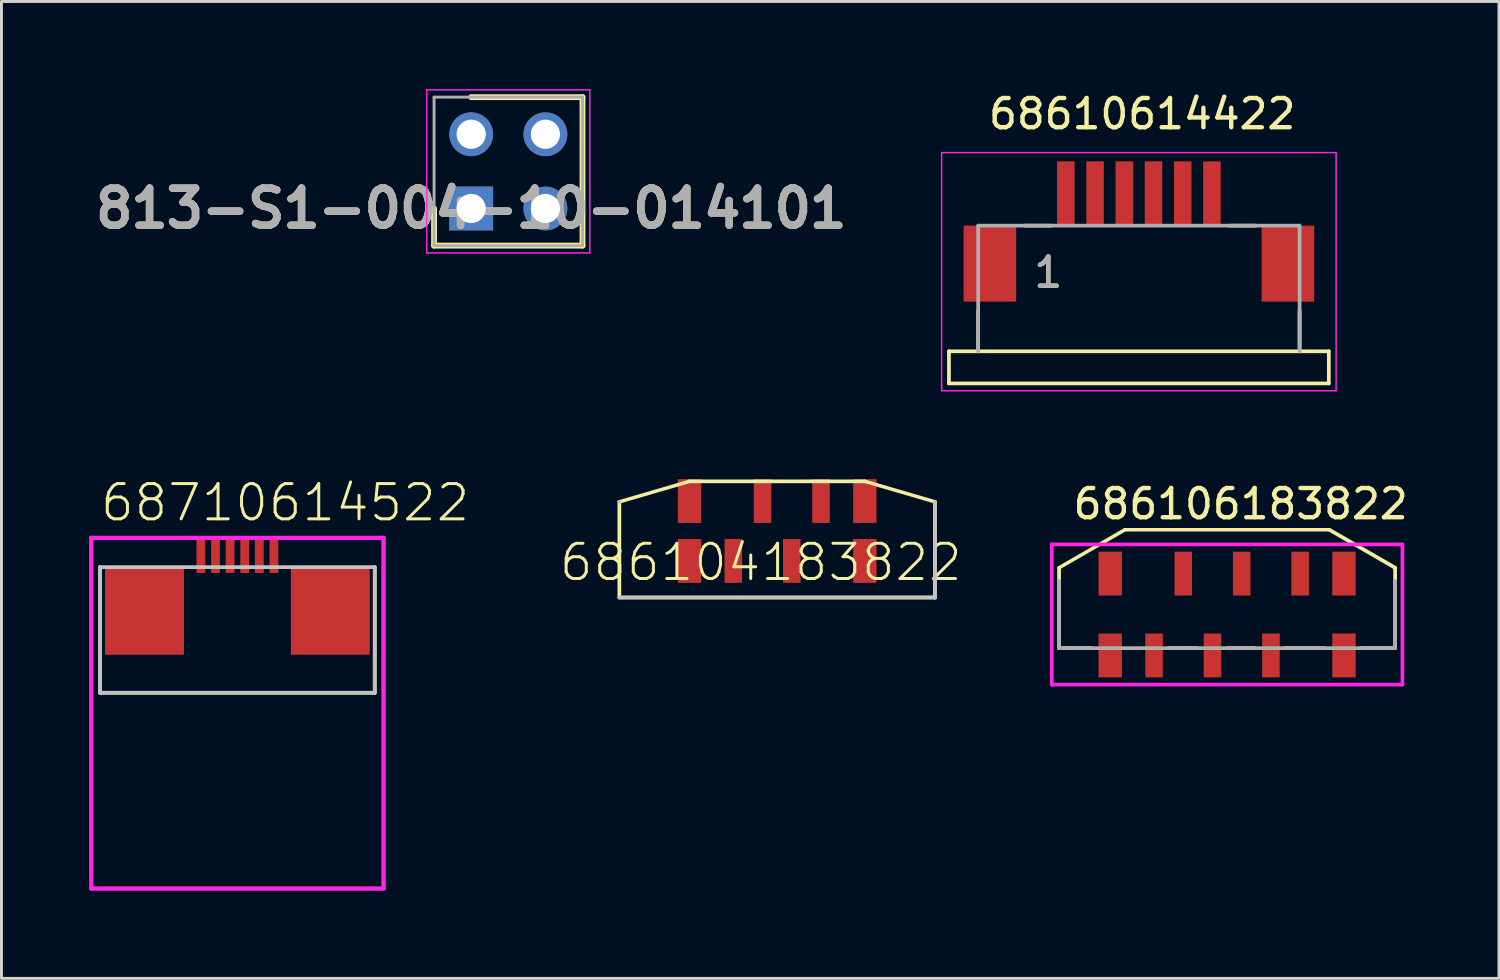
<source format=kicad_pcb>
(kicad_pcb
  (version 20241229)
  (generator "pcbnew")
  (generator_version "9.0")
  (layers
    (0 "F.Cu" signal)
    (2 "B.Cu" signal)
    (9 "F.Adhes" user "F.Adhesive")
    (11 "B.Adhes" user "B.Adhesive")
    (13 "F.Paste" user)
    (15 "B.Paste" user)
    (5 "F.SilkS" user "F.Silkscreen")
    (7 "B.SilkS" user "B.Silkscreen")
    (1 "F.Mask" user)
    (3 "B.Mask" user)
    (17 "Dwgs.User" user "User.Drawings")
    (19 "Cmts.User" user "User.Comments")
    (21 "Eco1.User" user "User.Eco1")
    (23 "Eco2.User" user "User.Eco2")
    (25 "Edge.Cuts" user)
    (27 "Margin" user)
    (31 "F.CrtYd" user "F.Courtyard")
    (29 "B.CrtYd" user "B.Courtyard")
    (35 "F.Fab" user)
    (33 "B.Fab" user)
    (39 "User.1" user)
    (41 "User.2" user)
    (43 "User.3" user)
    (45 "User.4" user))
  (footprint "686106183822"
    (layer "F.Cu")
    (at 38.944 17.98)
    (property "Reference" "686106183822" (at 0.465 -3.785 0) (layer "F.SilkS") (effects (font (size 1 1) (thickness 0.15))))
    (attr smd)
    (fp_line (start -5.75 -1.6) (end -5.75 1.15) (stroke (width 0.127) (type solid)) (layer "F.SilkS"))
    (fp_line (start -5.75 -1.6) (end -3.5 -2.9) (stroke (width 0.12) (type default)) (layer "F.SilkS"))
    (fp_line (start -5.75 1.15) (end -4.64 1.15) (stroke (width 0.127) (type solid)) (layer "F.SilkS"))
    (fp_line (start -3.5 -2.9) (end 3.5 -2.9) (stroke (width 0.12) (type default)) (layer "F.SilkS"))
    (fp_line (start -2.01 1.15) (end -1.02 1.15) (stroke (width 0.127) (type solid)) (layer "F.SilkS"))
    (fp_line (start 0 1.15) (end 0.94 1.15) (stroke (width 0.127) (type solid)) (layer "F.SilkS"))
    (fp_line (start 1.99 1.15) (end 3.32 1.15) (stroke (width 0.127) (type solid)) (layer "F.SilkS"))
    (fp_line (start 4.57 1.15) (end 5.74 1.15) (stroke (width 0.127) (type solid)) (layer "F.SilkS"))
    (fp_line (start 5.75 -1.6) (end 3.5 -2.9) (stroke (width 0.127) (type solid)) (layer "F.SilkS"))
    (fp_line (start 5.75 -1.6) (end 5.75 1.15) (stroke (width 0.127) (type solid)) (layer "F.SilkS"))
    (fp_line (start -6 -2.4) (end 6 -2.4) (stroke (width 0.127) (type solid)) (layer "F.CrtYd"))
    (fp_line (start -6 2.4) (end -6 -2.4) (stroke (width 0.127) (type solid)) (layer "F.CrtYd"))
    (fp_line (start 6 -2.4) (end 6 2.4) (stroke (width 0.127) (type solid)) (layer "F.CrtYd"))
    (fp_line (start 6 2.4) (end -6 2.4) (stroke (width 0.127) (type solid)) (layer "F.CrtYd"))
    (fp_line (start -5.75 1.15) (end -5.75 -1.15) (stroke (width 0.127) (type solid)) (layer "F.Fab"))
    (fp_line (start 5.75 -1.15) (end 5.75 1.15) (stroke (width 0.127) (type solid)) (layer "F.Fab"))
    (fp_line (start 5.75 1.15) (end -5.75 1.15) (stroke (width 0.127) (type solid)) (layer "F.Fab"))
    (pad "1" smd rect (at -2.5 1.4 90) (size 1.5 0.6) (layers "F.Cu" "F.Mask" "F.Paste"))
    (pad "2" smd rect (at -1.5 -1.4 90) (size 1.5 0.6) (layers "F.Cu" "F.Mask" "F.Paste"))
    (pad "3" smd rect (at -0.5 1.4 90) (size 1.5 0.6) (layers "F.Cu" "F.Mask" "F.Paste"))
    (pad "4" smd rect (at 0.5 -1.4 90) (size 1.5 0.6) (layers "F.Cu" "F.Mask" "F.Paste"))
    (pad "5" smd rect (at 1.5 1.4 90) (size 1.5 0.6) (layers "F.Cu" "F.Mask" "F.Paste"))
    (pad "6" smd rect (at 2.5 -1.4 90) (size 1.5 0.6) (layers "F.Cu" "F.Mask" "F.Paste"))
    (pad "Z1" smd rect (at -4 1.4 90) (size 1.5 0.8) (layers "F.Cu" "F.Mask" "F.Paste"))
    (pad "Z2" smd rect (at 4 1.4 90) (size 1.5 0.8) (layers "F.Cu" "F.Mask" "F.Paste"))
    (pad "Z3" smd rect (at 4 -1.4 90) (size 1.5 0.8) (layers "F.Cu" "F.Mask" "F.Paste"))
    (pad "Z4" smd rect (at -4 -1.4 90) (size 1.5 0.8) (layers "F.Cu" "F.Mask" "F.Paste")))
  (footprint "813-S1-004-10-014101"
    (layer "F.Cu")
    (at 13.075 4.085)
    (property "Reference" "813-S1-004-10-014101" (at 0 0 0) (layer "F.SilkS") (effects (font (size 1.27 1.27) (thickness 0.254))))
    (attr through_hole)
    (fp_line (start -1.27 0) (end -1.27 1.27) (stroke (width 0.2) (type solid)) (layer "F.SilkS"))
    (fp_line (start -1.27 1.27) (end 3.81 1.27) (stroke (width 0.2) (type solid)) (layer "F.SilkS"))
    (fp_line (start 3.81 -3.81) (end 0 -3.81) (stroke (width 0.2) (type solid)) (layer "F.SilkS"))
    (fp_line (start 3.81 1.27) (end 3.81 -3.81) (stroke (width 0.2) (type solid)) (layer "F.SilkS"))
    (fp_line (start -1.52 -4.06) (end 4.06 -4.06) (stroke (width 0.05) (type solid)) (layer "F.CrtYd"))
    (fp_line (start -1.52 1.52) (end -1.52 -4.06) (stroke (width 0.05) (type solid)) (layer "F.CrtYd"))
    (fp_line (start 4.06 -4.06) (end 4.06 1.52) (stroke (width 0.05) (type solid)) (layer "F.CrtYd"))
    (fp_line (start 4.06 1.52) (end -1.52 1.52) (stroke (width 0.05) (type solid)) (layer "F.CrtYd"))
    (fp_line (start -1.27 -3.81) (end 3.81 -3.81) (stroke (width 0.1) (type solid)) (layer "F.Fab"))
    (fp_line (start -1.27 1.27) (end -1.27 -3.81) (stroke (width 0.1) (type solid)) (layer "F.Fab"))
    (fp_line (start 3.81 -3.81) (end 3.81 1.27) (stroke (width 0.1) (type solid)) (layer "F.Fab"))
    (fp_line (start 3.81 1.27) (end -1.27 1.27) (stroke (width 0.1) (type solid)) (layer "F.Fab"))
    (fp_text user "${REFERENCE}" (at 0 0 0) (layer "F.Fab") (effects (font (size 1.27 1.27) (thickness 0.254))))
    (pad "1" thru_hole rect (at 0 0) (size 1.5 1.5) (drill 1) (layers "*.Cu" "*.Mask"))
    (pad "2" thru_hole circle (at 0 -2.54) (size 1.5 1.5) (drill 1) (layers "*.Cu" "*.Mask"))
    (pad "3" thru_hole circle (at 2.54 0) (size 1.5 1.5) (drill 1) (layers "*.Cu" "*.Mask"))
    (pad "4" thru_hole circle (at 2.54 -2.54) (size 1.5 1.5) (drill 1) (layers "*.Cu" "*.Mask")))
  (footprint "68610614422"
    (layer "F.Cu")
    (at 35.925 5.972)
    (property "Reference" "68610614422" (at 0.113 -5.123 0) (layer "F.SilkS") (effects (font (size 1 1) (thickness 0.15))))
    (attr smd)
    (fp_line (start -6.5 3) (end -5.5 3) (stroke (width 0.127) (type solid)) (layer "F.SilkS"))
    (fp_line (start -6.5 4.1) (end -6.5 3) (stroke (width 0.127) (type solid)) (layer "F.SilkS"))
    (fp_line (start -5.5 1.6) (end -5.5 3) (stroke (width 0.127) (type solid)) (layer "F.SilkS"))
    (fp_line (start -5.5 3) (end 5.5 3) (stroke (width 0.127) (type solid)) (layer "F.SilkS"))
    (fp_line (start -3.9 -1.3) (end -3 -1.3) (stroke (width 0.127) (type solid)) (layer "F.SilkS"))
    (fp_line (start 3.1 -1.3) (end 4 -1.3) (stroke (width 0.127) (type solid)) (layer "F.SilkS"))
    (fp_line (start 5.5 1.6) (end 5.5 3) (stroke (width 0.127) (type solid)) (layer "F.SilkS"))
    (fp_line (start 5.5 3) (end 6.5 3) (stroke (width 0.127) (type solid)) (layer "F.SilkS"))
    (fp_line (start 6.5 3) (end 6.5 4.1) (stroke (width 0.127) (type solid)) (layer "F.SilkS"))
    (fp_line (start 6.5 4.1) (end -6.5 4.1) (stroke (width 0.127) (type solid)) (layer "F.SilkS"))
    (fp_line (start -6.75 -3.8) (end -6.75 4.35) (stroke (width 0.05) (type default)) (layer "F.CrtYd"))
    (fp_line (start -6.75 -3.8) (end 6.75 -3.8) (stroke (width 0.05) (type default)) (layer "F.CrtYd"))
    (fp_line (start -6.75 4.35) (end 6.75 4.35) (stroke (width 0.05) (type default)) (layer "F.CrtYd"))
    (fp_line (start 6.75 -3.8) (end 6.75 4.35) (stroke (width 0.05) (type default)) (layer "F.CrtYd"))
    (fp_line (start -5.5 -1.3) (end 5.5 -1.3) (stroke (width 0.127) (type solid)) (layer "F.Fab"))
    (fp_line (start -5.5 3) (end -5.5 -1.3) (stroke (width 0.127) (type solid)) (layer "F.Fab"))
    (fp_line (start 5.5 -1.3) (end 5.5 3) (stroke (width 0.127) (type solid)) (layer "F.Fab"))
    (fp_text user "1" (at -3.1 0.3 0) (layer "F.SilkS") (effects (font (size 1 1) (thickness 0.15))))
    (fp_text user "1" (at -3.1 0.3 0) (layer "F.Fab") (effects (font (size 1 1) (thickness 0.15))))
    (pad "1" smd rect (at -2.5 -2.4) (size 0.6 2.2) (layers "F.Cu" "F.Mask" "F.Paste"))
    (pad "2" smd rect (at -1.5 -2.4) (size 0.6 2.2) (layers "F.Cu" "F.Mask" "F.Paste"))
    (pad "3" smd rect (at -0.5 -2.4) (size 0.6 2.2) (layers "F.Cu" "F.Mask" "F.Paste"))
    (pad "4" smd rect (at 0.5 -2.4) (size 0.6 2.2) (layers "F.Cu" "F.Mask" "F.Paste"))
    (pad "5" smd rect (at 1.5 -2.4) (size 0.6 2.2) (layers "F.Cu" "F.Mask" "F.Paste"))
    (pad "6" smd rect (at 2.5 -2.4) (size 0.6 2.2) (layers "F.Cu" "F.Mask" "F.Paste"))
    (pad "Z1" smd rect (at -5.1 0) (size 1.8 2.6) (layers "F.Cu" "F.Mask" "F.Paste"))
    (pad "Z2" smd rect (at 5.1 0) (size 1.8 2.6) (layers "F.Cu" "F.Mask" "F.Paste")))
  (footprint "686104183822"
    (layer "F.Cu")
    (at 23.546 15.123)
    (property "Reference" "686104183822" (at -7.518 1.778 0) (layer "F.SilkS") (effects (font (size 1.206 1.206) (thickness 0.102)) (justify left bottom)))
    (attr smd)
    (fp_line (start -5.4 -1) (end -5.4 2.275) (stroke (width 0.127) (type solid)) (layer "F.SilkS"))
    (fp_line (start -5.4 -1) (end -3 -1.7) (stroke (width 0.12) (type default)) (layer "F.SilkS"))
    (fp_line (start -5.4 2.275) (end 5.4 2.275) (stroke (width 0.127) (type solid)) (layer "F.SilkS"))
    (fp_line (start -3 -1.7) (end 3 -1.7) (stroke (width 0.127) (type solid)) (layer "F.SilkS"))
    (fp_line (start 3 -1.7) (end 5.4 -1) (stroke (width 0.12) (type default)) (layer "F.SilkS"))
    (fp_line (start 5.4 2.275) (end 5.4 -1) (stroke (width 0.127) (type solid)) (layer "F.SilkS"))
    (fp_line (start -5.4 -1) (end -5.4 -1) (stroke (width 0.127) (type solid)) (layer "Dwgs.User"))
    (fp_line (start -5.4 2.275) (end 5.4 2.275) (stroke (width 0.127) (type solid)) (layer "Dwgs.User"))
    (fp_line (start 5.4 -1) (end 5.4 2.275) (stroke (width 0.127) (type solid)) (layer "Dwgs.User"))
    (pad "1" smd rect (at -1.5 1.024) (size 0.6 1.5) (layers "F.Cu" "F.Mask" "F.Paste"))
    (pad "2" smd rect (at -0.5 -1.026) (size 0.6 1.5) (layers "F.Cu" "F.Mask" "F.Paste"))
    (pad "3" smd rect (at 0.5 1.024) (size 0.6 1.5) (layers "F.Cu" "F.Mask" "F.Paste"))
    (pad "4" smd rect (at 1.5 -1.026) (size 0.6 1.5) (layers "F.Cu" "F.Mask" "F.Paste"))
    (pad "5" smd rect (at -3 -1.026) (size 0.8 1.5) (layers "F.Cu" "F.Mask" "F.Paste"))
    (pad "5" smd rect (at -3 1.024) (size 0.8 1.5) (layers "F.Cu" "F.Mask" "F.Paste"))
    (pad "5" smd rect (at 3 -1.026) (size 0.8 1.5) (layers "F.Cu" "F.Mask" "F.Paste"))
    (pad "5" smd rect (at 3 1.024) (size 0.8 1.5) (layers "F.Cu" "F.Mask" "F.Paste")))
  (footprint "68710614522"
    (layer "F.Cu")
    (at 5.075 17.858)
    (property "Reference" "68710614522" (at -4.75 -3 0) (layer "F.SilkS") (effects (font (size 1.206 1.206) (thickness 0.102)) (justify left bottom)))
    (attr smd)
    (fp_line (start -4.7 -1.5) (end -4.7 2.8) (stroke (width 0.127) (type solid)) (layer "F.SilkS"))
    (fp_line (start -4.7 2.8) (end 4.7 2.8) (stroke (width 0.127) (type solid)) (layer "F.SilkS"))
    (fp_line (start 4.7 2.8) (end 4.7 -1.5) (stroke (width 0.127) (type solid)) (layer "F.SilkS"))
    (fp_line (start -4.7 -1.5) (end 4.7 -1.5) (stroke (width 0.127) (type solid)) (layer "Dwgs.User"))
    (fp_line (start -4.7 2.8) (end -4.7 -1.5) (stroke (width 0.127) (type solid)) (layer "Dwgs.User"))
    (fp_line (start -4.7 2.8) (end 4.7 2.8) (stroke (width 0.127) (type solid)) (layer "Dwgs.User"))
    (fp_line (start 4.7 -1.5) (end 4.7 2.8) (stroke (width 0.127) (type solid)) (layer "Dwgs.User"))
    (fp_line (start -5 -2.5) (end -5 9.5) (stroke (width 0.15) (type solid)) (layer "F.CrtYd"))
    (fp_line (start -5 -2.5) (end 5 -2.5) (stroke (width 0.15) (type solid)) (layer "F.CrtYd"))
    (fp_line (start 5 -2.5) (end 5 9.5) (stroke (width 0.15) (type solid)) (layer "F.CrtYd"))
    (fp_line (start 5 9.5) (end -5 9.5) (stroke (width 0.15) (type solid)) (layer "F.CrtYd"))
    (pad "1" smd rect (at -1.25 -1.9) (size 0.3 1.2) (layers "F.Cu" "F.Mask" "F.Paste"))
    (pad "2" smd rect (at -0.75 -1.9) (size 0.3 1.2) (layers "F.Cu" "F.Mask" "F.Paste"))
    (pad "3" smd rect (at -0.25 -1.9) (size 0.3 1.2) (layers "F.Cu" "F.Mask" "F.Paste"))
    (pad "4" smd rect (at 0.25 -1.9) (size 0.3 1.2) (layers "F.Cu" "F.Mask" "F.Paste"))
    (pad "5" smd rect (at 0.75 -1.9) (size 0.3 1.2) (layers "F.Cu" "F.Mask" "F.Paste"))
    (pad "6" smd rect (at 1.25 -1.9) (size 0.3 1.2) (layers "F.Cu" "F.Mask" "F.Paste"))
    (pad "Z1" smd rect (at -3.18 0) (size 2.7 3) (layers "F.Cu" "F.Mask" "F.Paste"))
    (pad "Z2" smd rect (at 3.18 0) (size 2.7 3) (layers "F.Cu" "F.Mask" "F.Paste")))
  (gr_rect
    (start -3 -3)
    (end 48.248 30.433)
    (stroke (width 0.1) (type default))
    (fill no)
    (layer "Edge.Cuts")))
</source>
